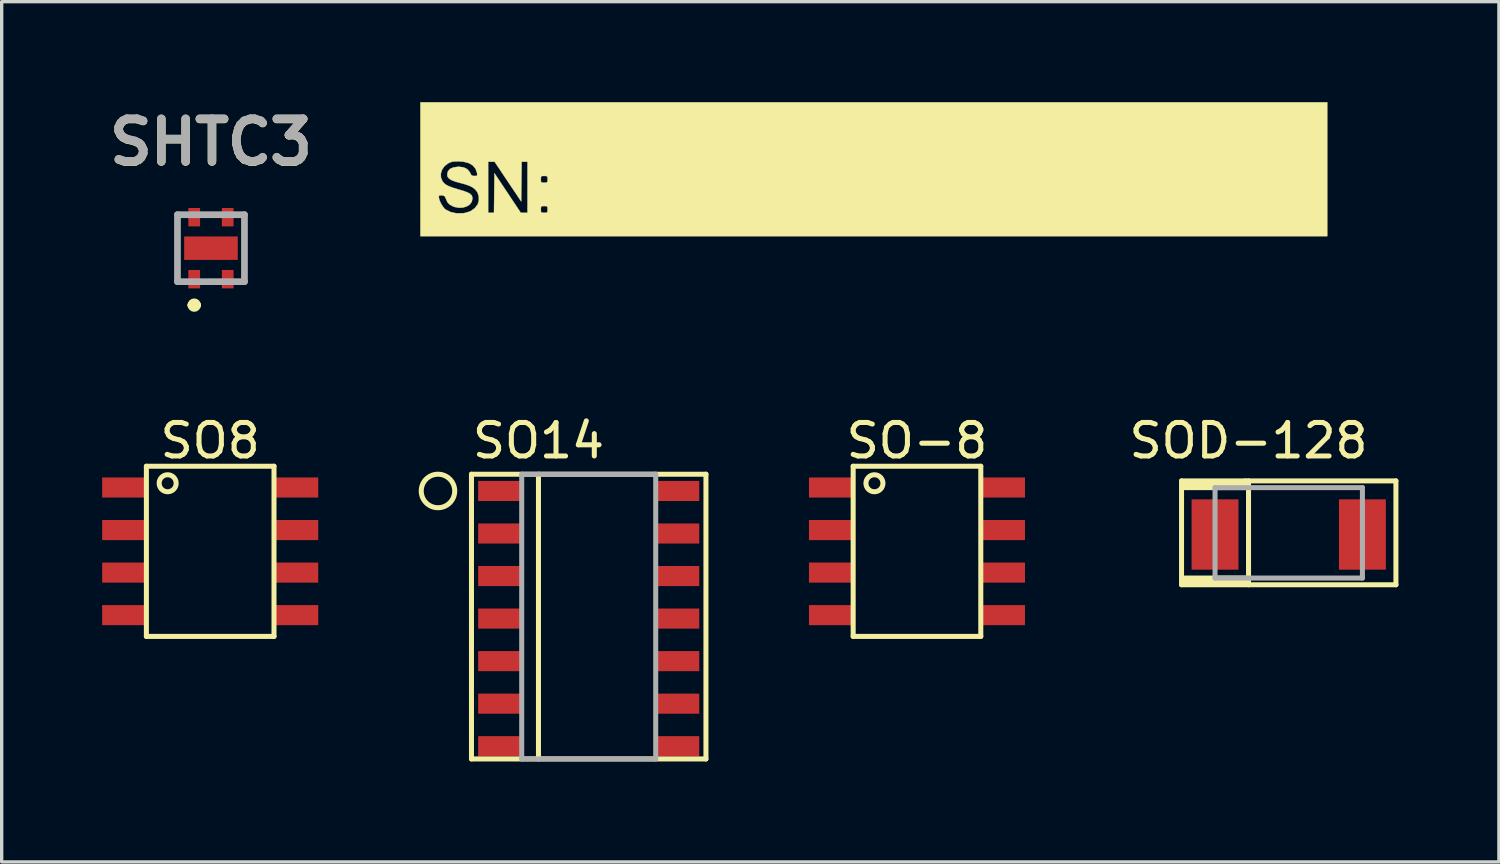
<source format=kicad_pcb>
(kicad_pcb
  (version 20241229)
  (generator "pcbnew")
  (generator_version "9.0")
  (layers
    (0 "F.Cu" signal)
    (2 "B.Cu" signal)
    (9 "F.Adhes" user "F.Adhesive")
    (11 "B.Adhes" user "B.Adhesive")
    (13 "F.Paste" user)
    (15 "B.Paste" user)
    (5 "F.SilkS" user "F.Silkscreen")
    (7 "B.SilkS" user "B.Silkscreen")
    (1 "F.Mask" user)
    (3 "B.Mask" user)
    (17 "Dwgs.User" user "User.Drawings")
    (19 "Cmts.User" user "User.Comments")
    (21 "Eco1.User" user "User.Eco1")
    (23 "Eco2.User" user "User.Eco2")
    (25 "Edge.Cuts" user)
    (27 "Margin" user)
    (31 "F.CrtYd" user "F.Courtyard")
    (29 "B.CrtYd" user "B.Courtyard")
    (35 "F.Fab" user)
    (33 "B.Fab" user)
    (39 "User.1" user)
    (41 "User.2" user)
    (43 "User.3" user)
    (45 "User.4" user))
  (footprint "SO8"
    (layer "F.Cu")
    (at 3.225 13.409)
    (property "Reference" "SO8" (at 0 -3.302 0) (layer "F.SilkS") (effects (font (size 1 1) (thickness 0.15))))
    (attr through_hole)
    (fp_line (start -1.905 -2.54) (end -1.905 2.54) (stroke (width 0.15) (type solid)) (layer "F.SilkS"))
    (fp_line (start -1.905 2.54) (end 1.905 2.54) (stroke (width 0.15) (type solid)) (layer "F.SilkS"))
    (fp_line (start 1.905 -2.54) (end -1.905 -2.54) (stroke (width 0.15) (type solid)) (layer "F.SilkS"))
    (fp_line (start 1.905 2.54) (end 1.905 -2.54) (stroke (width 0.15) (type solid)) (layer "F.SilkS"))
    (fp_circle (center -1.27 -2.032) (end -1.016 -2.032) (stroke (width 0.15) (type solid)) (fill no) (layer "F.SilkS"))
    (pad "1" smd rect (at -2.575 -1.905) (size 1.3 0.6) (layers "F.Cu" "F.Mask" "F.Paste"))
    (pad "2" smd rect (at -2.575 -0.635) (size 1.3 0.6) (layers "F.Cu" "F.Mask" "F.Paste"))
    (pad "3" smd rect (at -2.575 0.635) (size 1.3 0.6) (layers "F.Cu" "F.Mask" "F.Paste"))
    (pad "4" smd rect (at -2.575 1.905) (size 1.3 0.6) (layers "F.Cu" "F.Mask" "F.Paste"))
    (pad "5" smd rect (at 2.575 1.905) (size 1.3 0.6) (layers "F.Cu" "F.Mask" "F.Paste"))
    (pad "6" smd rect (at 2.575 0.635) (size 1.3 0.6) (layers "F.Cu" "F.Mask" "F.Paste"))
    (pad "7" smd rect (at 2.575 -0.635) (size 1.3 0.6) (layers "F.Cu" "F.Mask" "F.Paste"))
    (pad "8" smd rect (at 2.575 -1.905) (size 1.3 0.6) (layers "F.Cu" "F.Mask" "F.Paste")))
  (footprint "SOD-128"
    (layer "F.Cu")
    (at 33.223 12.907)
    (property "Reference" "SOD-128" (at 1 -2.8 0) (layer "F.SilkS") (effects (font (size 1 1) (thickness 0.15))))
    (attr through_hole)
    (fp_line (start -1 -1.6) (end 5.4 -1.6) (stroke (width 0.15) (type solid)) (layer "F.SilkS"))
    (fp_line (start -1 0) (end -1 -1.6) (stroke (width 0.15) (type solid)) (layer "F.SilkS"))
    (fp_line (start -1 1.5) (end -1 0) (stroke (width 0.15) (type solid)) (layer "F.SilkS"))
    (fp_line (start -0.9 -1.4) (end 0.9 -1.4) (stroke (width 0.15) (type solid)) (layer "F.SilkS"))
    (fp_line (start -0.9 1.3) (end 0.9 1.3) (stroke (width 0.15) (type solid)) (layer "F.SilkS"))
    (fp_line (start 0.9 -1.6) (end 0.9 -1.5) (stroke (width 0.15) (type solid)) (layer "F.SilkS"))
    (fp_line (start 0.9 -1.5) (end -0.9 -1.5) (stroke (width 0.15) (type solid)) (layer "F.SilkS"))
    (fp_line (start 0.9 1.4) (end -0.9 1.4) (stroke (width 0.15) (type solid)) (layer "F.SilkS"))
    (fp_line (start 1 -1.6) (end 1 1.5) (stroke (width 0.15) (type solid)) (layer "F.SilkS"))
    (fp_line (start 5.4 -1.6) (end 5.4 1.5) (stroke (width 0.15) (type solid)) (layer "F.SilkS"))
    (fp_line (start 5.4 1.5) (end -1 1.5) (stroke (width 0.15) (type solid)) (layer "F.SilkS"))
    (fp_line (start 0 -1.4) (end 4.4 -1.4) (stroke (width 0.15) (type solid)) (layer "F.Fab"))
    (fp_line (start 0 1.3) (end 0 -1.4) (stroke (width 0.15) (type solid)) (layer "F.Fab"))
    (fp_line (start 4.4 -1.4) (end 4.4 1.3) (stroke (width 0.15) (type solid)) (layer "F.Fab"))
    (fp_line (start 4.4 1.3) (end 0 1.3) (stroke (width 0.15) (type solid)) (layer "F.Fab"))
    (pad "1" smd rect (at 0 0) (size 1.4 2.1) (layers "F.Cu" "F.Mask" "F.Paste"))
    (pad "2" smd rect (at 4.4 0) (size 1.4 2.1) (layers "F.Cu" "F.Mask" "F.Paste")))
  (footprint "SO-8"
    (layer "F.Cu")
    (at 24.325 13.409)
    (property "Reference" "SO-8" (at 0 -3.302 0) (layer "F.SilkS") (effects (font (size 1 1) (thickness 0.15))))
    (attr through_hole)
    (fp_line (start -1.905 -2.54) (end -1.905 2.54) (stroke (width 0.15) (type solid)) (layer "F.SilkS"))
    (fp_line (start -1.905 2.54) (end 1.905 2.54) (stroke (width 0.15) (type solid)) (layer "F.SilkS"))
    (fp_line (start 1.905 -2.54) (end -1.905 -2.54) (stroke (width 0.15) (type solid)) (layer "F.SilkS"))
    (fp_line (start 1.905 2.54) (end 1.905 -2.54) (stroke (width 0.15) (type solid)) (layer "F.SilkS"))
    (fp_circle (center -1.27 -2.032) (end -1.016 -2.032) (stroke (width 0.15) (type solid)) (fill no) (layer "F.SilkS"))
    (pad "1" smd rect (at -2.575 -1.905) (size 1.3 0.6) (layers "F.Cu" "F.Mask" "F.Paste"))
    (pad "2" smd rect (at -2.575 -0.635) (size 1.3 0.6) (layers "F.Cu" "F.Mask" "F.Paste"))
    (pad "3" smd rect (at -2.575 0.635) (size 1.3 0.6) (layers "F.Cu" "F.Mask" "F.Paste"))
    (pad "4" smd rect (at -2.575 1.905) (size 1.3 0.6) (layers "F.Cu" "F.Mask" "F.Paste"))
    (pad "5" smd rect (at 2.575 1.905) (size 1.3 0.6) (layers "F.Cu" "F.Mask" "F.Paste"))
    (pad "6" smd rect (at 2.575 0.635) (size 1.3 0.6) (layers "F.Cu" "F.Mask" "F.Paste"))
    (pad "7" smd rect (at 2.575 -0.635) (size 1.3 0.6) (layers "F.Cu" "F.Mask" "F.Paste"))
    (pad "8" smd rect (at 2.575 -1.905) (size 1.3 0.6) (layers "F.Cu" "F.Mask" "F.Paste")))
  (footprint "SN ippsa"
    (layer "F.Cu")
    (at 23.037 2.003)
    (property "Reference" "SN ippsa" (at 0 0 0) (layer "F.SilkS") (effects (font (size 1.524 1.524) (thickness 0.3))))
    (attr through_hole)
    (fp_poly (pts (xy 13.537 1.998) (xy -13.537 1.998) (xy -13.537 0.829) (xy -12.987 0.829) (xy -12.971 0.911) (xy -12.929 1.009) (xy -12.871 1.106) (xy -12.809 1.181) (xy -12.786 1.2) (xy -12.639 1.275) (xy -12.466 1.314) (xy -12.277 1.314) (xy -12.162 1.296) (xy -12.03 1.246) (xy -11.914 1.162) (xy -11.829 1.055) (xy -11.825 1.046) (xy -11.792 0.936) (xy -11.794 0.813) (xy -11.829 0.7) (xy -11.845 0.672) (xy -11.904 0.6) (xy -11.976 0.542) (xy -12.071 0.494) (xy -12.2 0.449) (xy -12.336 0.412) (xy -12.496 0.368) (xy -12.611 0.323) (xy -12.686 0.274) (xy -12.727 0.219) (xy -12.737 0.162) (xy -12.716 0.063) (xy -12.653 -0.01) (xy -12.549 -0.056) (xy -12.407 -0.075) (xy -12.382 -0.075) (xy -12.244 -0.056) (xy -12.135 -0.001) (xy -12.061 0.087) (xy -12.049 0.113) (xy -12.018 0.171) (xy -11.979 0.195) (xy -11.922 0.2) (xy -11.863 0.197) (xy -11.841 0.179) (xy -11.843 0.131) (xy -11.846 0.112) (xy -11.89 -0.016) (xy -11.974 -0.115) (xy -12.096 -0.186) (xy -12.25 -0.225) (xy -11.514 -0.225) (xy -11.514 1.299) (xy -11.34 1.299) (xy -11.333 0.708) (xy -11.326 0.118) (xy -10.933 0.708) (xy -10.54 1.299) (xy -10.34 1.299) (xy -10.34 1.199) (xy -9.94 1.199) (xy -9.938 1.263) (xy -9.921 1.291) (xy -9.875 1.298) (xy -9.84 1.299) (xy -9.776 1.296) (xy -9.748 1.279) (xy -9.741 1.234) (xy -9.74 1.199) (xy -9.743 1.135) (xy -9.76 1.106) (xy -9.805 1.099) (xy -9.84 1.099) (xy -9.904 1.101) (xy -9.933 1.118) (xy -9.94 1.164) (xy -9.94 1.199) (xy -10.34 1.199) (xy -10.34 0.3) (xy -9.94 0.3) (xy -9.938 0.364) (xy -9.921 0.392) (xy -9.875 0.399) (xy -9.84 0.4) (xy -9.776 0.397) (xy -9.748 0.38) (xy -9.741 0.335) (xy -9.74 0.3) (xy -9.743 0.236) (xy -9.76 0.207) (xy -9.805 0.2) (xy -9.84 0.2) (xy -9.904 0.202) (xy -9.933 0.219) (xy -9.94 0.265) (xy -9.94 0.3) (xy -10.34 0.3) (xy -10.34 -0.225) (xy -10.514 -0.225) (xy -10.52 0.368) (xy -10.527 0.962) (xy -10.925 0.368) (xy -11.322 -0.225) (xy -11.514 -0.225) (xy -12.25 -0.225) (xy -12.256 -0.226) (xy -12.4 -0.236) (xy -12.513 -0.233) (xy -12.594 -0.223) (xy -12.661 -0.2) (xy -12.712 -0.174) (xy -12.817 -0.093) (xy -12.889 0.011) (xy -12.926 0.128) (xy -12.923 0.246) (xy -12.879 0.356) (xy -12.868 0.372) (xy -12.821 0.424) (xy -12.761 0.469) (xy -12.678 0.51) (xy -12.564 0.552) (xy -12.411 0.599) (xy -12.376 0.609) (xy -12.225 0.655) (xy -12.117 0.697) (xy -12.045 0.739) (xy -12.004 0.785) (xy -11.985 0.84) (xy -11.983 0.869) (xy -12.002 0.968) (xy -12.061 1.049) (xy -12.15 1.108) (xy -12.262 1.143) (xy -12.387 1.15) (xy -12.517 1.125) (xy -12.575 1.102) (xy -12.667 1.051) (xy -12.726 0.989) (xy -12.769 0.898) (xy -12.775 0.881) (xy -12.803 0.818) (xy -12.839 0.789) (xy -12.897 0.779) (xy -12.957 0.778) (xy -12.982 0.793) (xy -12.987 0.829) (xy -13.537 0.829) (xy -13.537 -1.998) (xy 13.537 -1.998) (xy 13.537 1.998)) (stroke (width 0.01) (type solid)) (fill yes) (layer "F.SilkS")))
  (footprint "SO14"
    (layer "F.Cu")
    (at 14.525 11.607)
    (property "Reference" "SO14" (at -1.5 -1.5 0) (layer "F.SilkS") (effects (font (size 1 1) (thickness 0.15))))
    (attr through_hole)
    (fp_line (start -3.5 -0.5) (end 3.5 -0.5) (stroke (width 0.15) (type solid)) (layer "F.SilkS"))
    (fp_line (start -3.5 8) (end -3.5 -0.5) (stroke (width 0.15) (type solid)) (layer "F.SilkS"))
    (fp_line (start -1.5 -0.5) (end -1.5 8) (stroke (width 0.15) (type solid)) (layer "F.SilkS"))
    (fp_line (start 3.5 -0.5) (end 3.5 8) (stroke (width 0.15) (type solid)) (layer "F.SilkS"))
    (fp_line (start 3.5 8) (end -3.5 8) (stroke (width 0.15) (type solid)) (layer "F.SilkS"))
    (fp_circle (center -4.5 0) (end -4 0) (stroke (width 0.15) (type solid)) (fill no) (layer "F.SilkS"))
    (fp_line (start -2 -0.5) (end -2 8) (stroke (width 0.15) (type solid)) (layer "F.Fab"))
    (fp_line (start -2 8) (end 2 8) (stroke (width 0.15) (type solid)) (layer "F.Fab"))
    (fp_line (start 2 -0.5) (end -2 -0.5) (stroke (width 0.15) (type solid)) (layer "F.Fab"))
    (fp_line (start 2 8) (end 2 -0.5) (stroke (width 0.15) (type solid)) (layer "F.Fab"))
    (pad "1" smd rect (at -2.65 0) (size 1.3 0.6) (layers "F.Cu" "F.Mask" "F.Paste"))
    (pad "2" smd rect (at -2.65 1.27) (size 1.3 0.6) (layers "F.Cu" "F.Mask" "F.Paste"))
    (pad "3" smd rect (at -2.65 2.54) (size 1.3 0.6) (layers "F.Cu" "F.Mask" "F.Paste"))
    (pad "4" smd rect (at -2.65 3.81) (size 1.3 0.6) (layers "F.Cu" "F.Mask" "F.Paste"))
    (pad "5" smd rect (at -2.65 5.08) (size 1.3 0.6) (layers "F.Cu" "F.Mask" "F.Paste"))
    (pad "6" smd rect (at -2.65 6.35) (size 1.3 0.6) (layers "F.Cu" "F.Mask" "F.Paste"))
    (pad "7" smd rect (at -2.65 7.62) (size 1.3 0.6) (layers "F.Cu" "F.Mask" "F.Paste"))
    (pad "8" smd rect (at 2.65 7.62) (size 1.3 0.6) (layers "F.Cu" "F.Mask" "F.Paste"))
    (pad "9" smd rect (at 2.65 6.35) (size 1.3 0.6) (layers "F.Cu" "F.Mask" "F.Paste"))
    (pad "10" smd rect (at 2.65 5.08) (size 1.3 0.6) (layers "F.Cu" "F.Mask" "F.Paste"))
    (pad "11" smd rect (at 2.65 3.81) (size 1.3 0.6) (layers "F.Cu" "F.Mask" "F.Paste"))
    (pad "12" smd rect (at 2.65 2.54) (size 1.3 0.6) (layers "F.Cu" "F.Mask" "F.Paste"))
    (pad "13" smd rect (at 2.65 1.27) (size 1.3 0.6) (layers "F.Cu" "F.Mask" "F.Paste"))
    (pad "14" smd rect (at 2.65 0) (size 1.3 0.6) (layers "F.Cu" "F.Mask" "F.Paste")))
  (footprint "SHTC3"
    (layer "F.Cu")
    (at 3.248 4.759)
    (property "Reference" "SHTC3" (at 0 -3.56 0) (layer "F.SilkS") (effects (font (size 1.27 1.27) (thickness 0.254))))
    (attr smd)
    (fp_line (start -1 -1.4) (end -1 0.6) (stroke (width 0.1) (type solid)) (layer "F.SilkS"))
    (fp_line (start -0.6 1.3) (end -0.6 1.3) (stroke (width 0.2) (type solid)) (layer "F.SilkS"))
    (fp_line (start -0.4 1.3) (end -0.4 1.3) (stroke (width 0.2) (type solid)) (layer "F.SilkS"))
    (fp_line (start 1 0.6) (end 1 -1.4) (stroke (width 0.1) (type solid)) (layer "F.SilkS"))
    (fp_arc (start -0.6 1.3) (mid -0.5 1.2) (end -0.4 1.3) (stroke (width 0.2) (type solid)) (layer "F.SilkS"))
    (fp_arc (start -0.4 1.3) (mid -0.5 1.4) (end -0.6 1.3) (stroke (width 0.2) (type solid)) (layer "F.SilkS"))
    (fp_line (start -1 -1.4) (end 1 -1.4) (stroke (width 0.2) (type solid)) (layer "F.Fab"))
    (fp_line (start -1 0.6) (end -1 -1.4) (stroke (width 0.2) (type solid)) (layer "F.Fab"))
    (fp_line (start 1 -1.4) (end 1 0.6) (stroke (width 0.2) (type solid)) (layer "F.Fab"))
    (fp_line (start 1 0.6) (end -1 0.6) (stroke (width 0.2) (type solid)) (layer "F.Fab"))
    (fp_text user "${REFERENCE}" (at 0 -3.57 0) (layer "F.Fab") (effects (font (size 1.27 1.27) (thickness 0.254))))
    (pad "1" smd rect (at -0.5 0.525) (size 0.35 0.55) (layers "F.Cu" "F.Mask" "F.Paste"))
    (pad "2" smd rect (at 0.5 0.525) (size 0.35 0.55) (layers "F.Cu" "F.Mask" "F.Paste"))
    (pad "3" smd rect (at 0.5 -1.325) (size 0.35 0.55) (layers "F.Cu" "F.Mask" "F.Paste"))
    (pad "4" smd rect (at -0.5 -1.325) (size 0.35 0.55) (layers "F.Cu" "F.Mask" "F.Paste"))
    (pad "5" smd rect (at 0 -0.4 90) (size 0.7 1.6) (layers "F.Cu" "F.Mask" "F.Paste")))
  (gr_rect
    (start -3 -3)
    (end 41.698 22.682)
    (stroke (width 0.1) (type default))
    (fill no)
    (layer "Edge.Cuts")))
</source>
